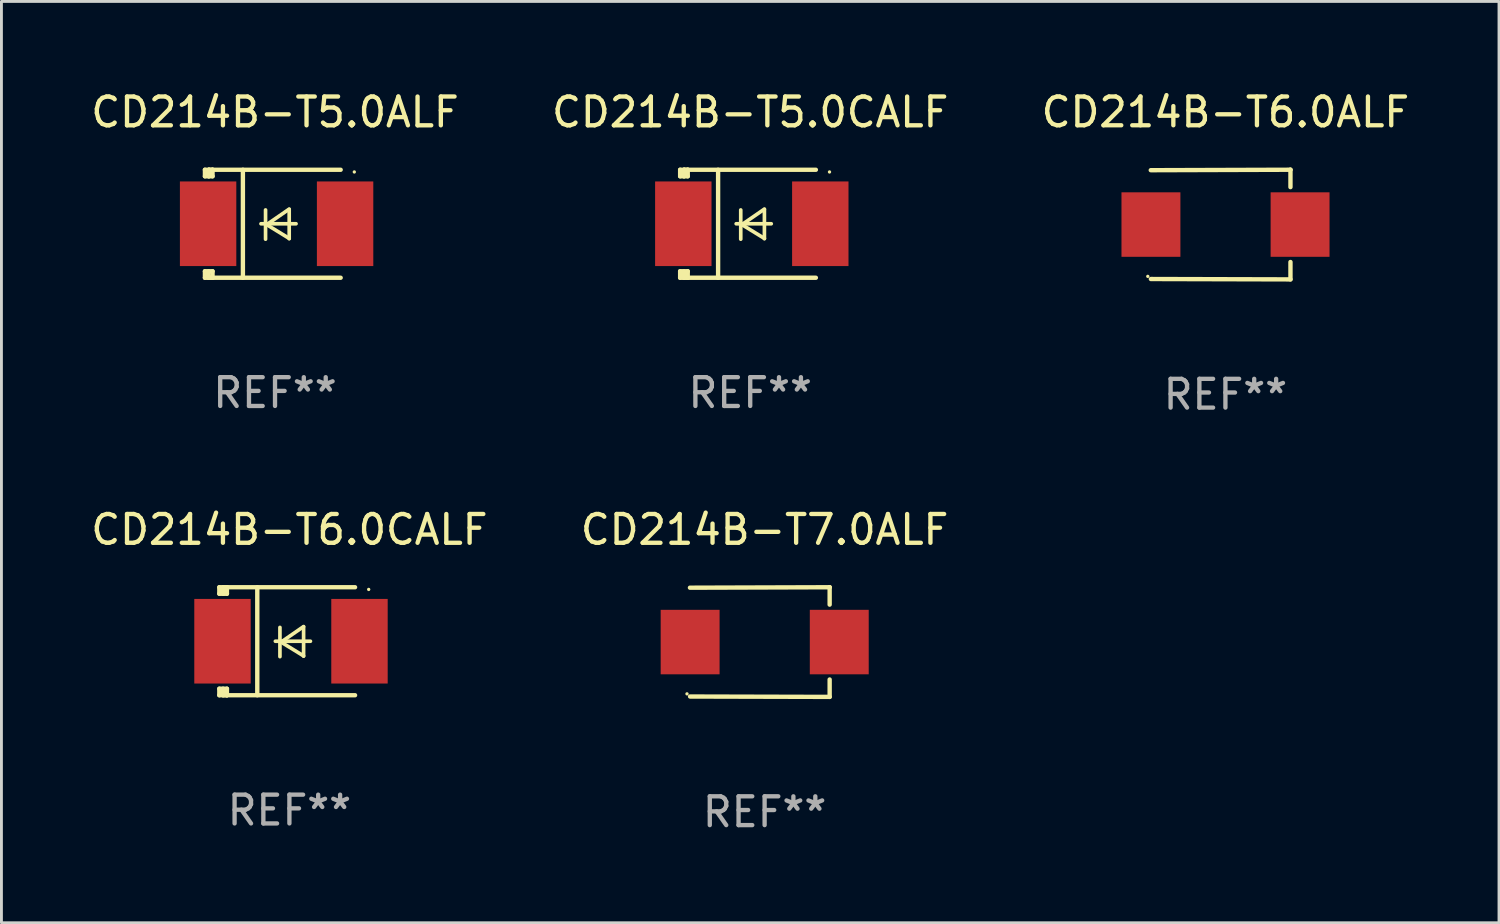
<source format=kicad_pcb>
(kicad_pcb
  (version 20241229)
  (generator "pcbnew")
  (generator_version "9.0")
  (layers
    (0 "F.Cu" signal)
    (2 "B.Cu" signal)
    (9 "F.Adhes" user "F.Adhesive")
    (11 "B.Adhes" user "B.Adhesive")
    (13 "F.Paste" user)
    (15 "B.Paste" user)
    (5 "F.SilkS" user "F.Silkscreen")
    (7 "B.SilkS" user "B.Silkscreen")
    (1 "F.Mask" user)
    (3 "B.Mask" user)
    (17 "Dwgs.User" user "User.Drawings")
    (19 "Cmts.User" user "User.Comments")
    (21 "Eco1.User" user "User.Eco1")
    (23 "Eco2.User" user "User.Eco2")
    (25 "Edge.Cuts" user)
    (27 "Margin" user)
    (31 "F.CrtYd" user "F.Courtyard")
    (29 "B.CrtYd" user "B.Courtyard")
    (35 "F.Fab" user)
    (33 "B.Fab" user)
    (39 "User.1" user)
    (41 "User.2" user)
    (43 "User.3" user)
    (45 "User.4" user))
  (footprint "CD214B-T6.0ALF"
    (layer "F.Cu")
    (at 39.53 4.753)
    (property "Reference" "CD214B-T6.0ALF" (at 0 -3.905 0) (layer "F.SilkS") (effects (font (size 1 1) (thickness 0.15))))
    (attr through_hole)
    (fp_line (start 2.256 -1.905) (end -2.594 -1.889) (stroke (width 0.152) (type solid)) (layer "F.SilkS"))
    (fp_line (start 2.256 -1.905) (end 2.26 -1.905) (stroke (width 0.152) (type solid)) (layer "F.SilkS"))
    (fp_line (start 2.26 -1.905) (end 2.26 -1.301) (stroke (width 0.152) (type solid)) (layer "F.SilkS"))
    (fp_line (start 2.26 1.301) (end 2.26 1.905) (stroke (width 0.152) (type solid)) (layer "F.SilkS"))
    (fp_line (start 2.26 1.905) (end -2.59 1.892) (stroke (width 0.152) (type solid)) (layer "F.SilkS"))
    (fp_circle (center -2.697 1.8) (end -2.667 1.8) (stroke (width 0.06) (type solid)) (fill no) (layer "F.SilkS"))
    (fp_text user "REF**" (at 0 5.905 0) (layer "F.Fab") (effects (font (size 1 1) (thickness 0.15))))
    (pad "1" smd rect (at -2.588 0) (size 2.047 2.241) (layers "F.Cu" "F.Mask" "F.Paste"))
    (pad "2" smd rect (at 2.594 0) (size 2.047 2.241) (layers "F.Cu" "F.Mask" "F.Paste")))
  (footprint "CD214B-T6.0CALF"
    (layer "F.Cu")
    (at 7.006 19.231)
    (property "Reference" "CD214B-T6.0CALF" (at 0 -3.876 0) (layer "F.SilkS") (effects (font (size 1 1) (thickness 0.15))))
    (attr through_hole)
    (fp_line (start -2.435 1.65) (end -2.171 1.65) (stroke (width 0.152) (type solid)) (layer "F.SilkS"))
    (fp_line (start -2.435 1.876) (end -2.435 1.65) (stroke (width 0.152) (type solid)) (layer "F.SilkS"))
    (fp_line (start -2.435 -1.876) (end -2.171 -1.876) (stroke (width 0.152) (type solid)) (layer "F.SilkS"))
    (fp_line (start -2.435 -1.65) (end -2.435 -1.876) (stroke (width 0.152) (type solid)) (layer "F.SilkS"))
    (fp_line (start -2.305 -1.866) (end -2.295 -1.876) (stroke (width 0.152) (type solid)) (layer "F.SilkS"))
    (fp_line (start -2.305 -1.65) (end -2.305 -1.866) (stroke (width 0.152) (type solid)) (layer "F.SilkS"))
    (fp_line (start -2.305 1.876) (end -2.305 1.65) (stroke (width 0.152) (type solid)) (layer "F.SilkS"))
    (fp_line (start -2.295 -1.876) (end -2.295 -1.65) (stroke (width 0.152) (type solid)) (layer "F.SilkS"))
    (fp_line (start -2.171 1.876) (end -2.435 1.876) (stroke (width 0.152) (type solid)) (layer "F.SilkS"))
    (fp_line (start -2.171 -1.65) (end -2.435 -1.65) (stroke (width 0.152) (type solid)) (layer "F.SilkS"))
    (fp_line (start -2.171 -1.876) (end -2.295 -1.876) (stroke (width 0.152) (type solid)) (layer "F.SilkS"))
    (fp_line (start -2.171 -1.65) (end -2.171 -1.876) (stroke (width 0.152) (type solid)) (layer "F.SilkS"))
    (fp_line (start -2.171 1.876) (end -2.305 1.876) (stroke (width 0.152) (type solid)) (layer "F.SilkS"))
    (fp_line (start -2.171 1.876) (end -2.171 1.65) (stroke (width 0.152) (type solid)) (layer "F.SilkS"))
    (fp_line (start -1.116 1.876) (end -1.116 -1.876) (stroke (width 0.152) (type solid)) (layer "F.SilkS"))
    (fp_line (start -0.488 0.000102) (end 0.731 0.000102) (stroke (width 0.127) (type solid)) (layer "F.SilkS"))
    (fp_line (start -0.329 -0.48) (end -0.329 0.536) (stroke (width 0.127) (type solid)) (layer "F.SilkS"))
    (fp_line (start -0.29 0.03) (end 0.493 0.51) (stroke (width 0.127) (type solid)) (layer "F.SilkS"))
    (fp_line (start 0.493 -0.51) (end -0.29 0.03) (stroke (width 0.127) (type solid)) (layer "F.SilkS"))
    (fp_line (start 0.493 0.52) (end 0.493 -0.496) (stroke (width 0.127) (type solid)) (layer "F.SilkS"))
    (fp_line (start 2.281 -1.876) (end -2.171 -1.876) (stroke (width 0.152) (type solid)) (layer "F.SilkS"))
    (fp_line (start 2.281 1.876) (end -2.171 1.876) (stroke (width 0.152) (type solid)) (layer "F.SilkS"))
    (fp_circle (center 2.755 -1.8) (end 2.785 -1.8) (stroke (width 0.06) (type solid)) (fill no) (layer "F.SilkS"))
    (fp_text user "REF**" (at 0 5.876 0) (layer "F.Fab") (effects (font (size 1 1) (thickness 0.15))))
    (pad "1" smd rect (at 2.435 -0.000025 180) (size 1.96 2.94) (layers "F.Cu" "F.Mask" "F.Paste"))
    (pad "2" smd rect (at -2.325 -0.000025 180) (size 1.96 2.94) (layers "F.Cu" "F.Mask" "F.Paste")))
  (footprint "CD214B-T7.0ALF"
    (layer "F.Cu")
    (at 23.518 19.26)
    (property "Reference" "CD214B-T7.0ALF" (at 0 -3.905 0) (layer "F.SilkS") (effects (font (size 1 1) (thickness 0.15))))
    (attr through_hole)
    (fp_line (start 2.256 -1.905) (end -2.594 -1.889) (stroke (width 0.152) (type solid)) (layer "F.SilkS"))
    (fp_line (start 2.256 -1.905) (end 2.26 -1.905) (stroke (width 0.152) (type solid)) (layer "F.SilkS"))
    (fp_line (start 2.26 -1.905) (end 2.26 -1.301) (stroke (width 0.152) (type solid)) (layer "F.SilkS"))
    (fp_line (start 2.26 1.301) (end 2.26 1.905) (stroke (width 0.152) (type solid)) (layer "F.SilkS"))
    (fp_line (start 2.26 1.905) (end -2.59 1.892) (stroke (width 0.152) (type solid)) (layer "F.SilkS"))
    (fp_circle (center -2.697 1.8) (end -2.667 1.8) (stroke (width 0.06) (type solid)) (fill no) (layer "F.SilkS"))
    (fp_text user "REF**" (at 0 5.905 0) (layer "F.Fab") (effects (font (size 1 1) (thickness 0.15))))
    (pad "1" smd rect (at -2.588 0) (size 2.047 2.241) (layers "F.Cu" "F.Mask" "F.Paste"))
    (pad "2" smd rect (at 2.594 0) (size 2.047 2.241) (layers "F.Cu" "F.Mask" "F.Paste")))
  (footprint "CD214B-T5.0ALF"
    (layer "F.Cu")
    (at 6.506 4.725)
    (property "Reference" "CD214B-T5.0ALF" (at 0 -3.876 0) (layer "F.SilkS") (effects (font (size 1 1) (thickness 0.15))))
    (attr through_hole)
    (fp_line (start -2.435 1.65) (end -2.171 1.65) (stroke (width 0.152) (type solid)) (layer "F.SilkS"))
    (fp_line (start -2.435 1.876) (end -2.435 1.65) (stroke (width 0.152) (type solid)) (layer "F.SilkS"))
    (fp_line (start -2.435 -1.876) (end -2.171 -1.876) (stroke (width 0.152) (type solid)) (layer "F.SilkS"))
    (fp_line (start -2.435 -1.65) (end -2.435 -1.876) (stroke (width 0.152) (type solid)) (layer "F.SilkS"))
    (fp_line (start -2.305 -1.866) (end -2.295 -1.876) (stroke (width 0.152) (type solid)) (layer "F.SilkS"))
    (fp_line (start -2.305 -1.65) (end -2.305 -1.866) (stroke (width 0.152) (type solid)) (layer "F.SilkS"))
    (fp_line (start -2.305 1.876) (end -2.305 1.65) (stroke (width 0.152) (type solid)) (layer "F.SilkS"))
    (fp_line (start -2.295 -1.876) (end -2.295 -1.65) (stroke (width 0.152) (type solid)) (layer "F.SilkS"))
    (fp_line (start -2.171 1.876) (end -2.435 1.876) (stroke (width 0.152) (type solid)) (layer "F.SilkS"))
    (fp_line (start -2.171 -1.65) (end -2.435 -1.65) (stroke (width 0.152) (type solid)) (layer "F.SilkS"))
    (fp_line (start -2.171 -1.876) (end -2.295 -1.876) (stroke (width 0.152) (type solid)) (layer "F.SilkS"))
    (fp_line (start -2.171 -1.65) (end -2.171 -1.876) (stroke (width 0.152) (type solid)) (layer "F.SilkS"))
    (fp_line (start -2.171 1.876) (end -2.305 1.876) (stroke (width 0.152) (type solid)) (layer "F.SilkS"))
    (fp_line (start -2.171 1.876) (end -2.171 1.65) (stroke (width 0.152) (type solid)) (layer "F.SilkS"))
    (fp_line (start -1.116 1.876) (end -1.116 -1.876) (stroke (width 0.152) (type solid)) (layer "F.SilkS"))
    (fp_line (start -0.488 0.000102) (end 0.731 0.000102) (stroke (width 0.127) (type solid)) (layer "F.SilkS"))
    (fp_line (start -0.329 -0.48) (end -0.329 0.536) (stroke (width 0.127) (type solid)) (layer "F.SilkS"))
    (fp_line (start -0.29 0.03) (end 0.493 0.51) (stroke (width 0.127) (type solid)) (layer "F.SilkS"))
    (fp_line (start 0.493 -0.51) (end -0.29 0.03) (stroke (width 0.127) (type solid)) (layer "F.SilkS"))
    (fp_line (start 0.493 0.52) (end 0.493 -0.496) (stroke (width 0.127) (type solid)) (layer "F.SilkS"))
    (fp_line (start 2.281 -1.876) (end -2.171 -1.876) (stroke (width 0.152) (type solid)) (layer "F.SilkS"))
    (fp_line (start 2.281 1.876) (end -2.171 1.876) (stroke (width 0.152) (type solid)) (layer "F.SilkS"))
    (fp_circle (center 2.755 -1.8) (end 2.785 -1.8) (stroke (width 0.06) (type solid)) (fill no) (layer "F.SilkS"))
    (fp_text user "REF**" (at 0 5.876 0) (layer "F.Fab") (effects (font (size 1 1) (thickness 0.15))))
    (pad "1" smd rect (at 2.435 -0.000025 180) (size 1.96 2.94) (layers "F.Cu" "F.Mask" "F.Paste"))
    (pad "2" smd rect (at -2.325 -0.000025 180) (size 1.96 2.94) (layers "F.Cu" "F.Mask" "F.Paste")))
  (footprint "CD214B-T5.0CALF"
    (layer "F.Cu")
    (at 23.018 4.725)
    (property "Reference" "CD214B-T5.0CALF" (at 0 -3.876 0) (layer "F.SilkS") (effects (font (size 1 1) (thickness 0.15))))
    (attr through_hole)
    (fp_line (start -2.435 1.65) (end -2.171 1.65) (stroke (width 0.152) (type solid)) (layer "F.SilkS"))
    (fp_line (start -2.435 1.876) (end -2.435 1.65) (stroke (width 0.152) (type solid)) (layer "F.SilkS"))
    (fp_line (start -2.435 -1.876) (end -2.171 -1.876) (stroke (width 0.152) (type solid)) (layer "F.SilkS"))
    (fp_line (start -2.435 -1.65) (end -2.435 -1.876) (stroke (width 0.152) (type solid)) (layer "F.SilkS"))
    (fp_line (start -2.305 -1.866) (end -2.295 -1.876) (stroke (width 0.152) (type solid)) (layer "F.SilkS"))
    (fp_line (start -2.305 -1.65) (end -2.305 -1.866) (stroke (width 0.152) (type solid)) (layer "F.SilkS"))
    (fp_line (start -2.305 1.876) (end -2.305 1.65) (stroke (width 0.152) (type solid)) (layer "F.SilkS"))
    (fp_line (start -2.295 -1.876) (end -2.295 -1.65) (stroke (width 0.152) (type solid)) (layer "F.SilkS"))
    (fp_line (start -2.171 1.876) (end -2.435 1.876) (stroke (width 0.152) (type solid)) (layer "F.SilkS"))
    (fp_line (start -2.171 -1.65) (end -2.435 -1.65) (stroke (width 0.152) (type solid)) (layer "F.SilkS"))
    (fp_line (start -2.171 -1.876) (end -2.295 -1.876) (stroke (width 0.152) (type solid)) (layer "F.SilkS"))
    (fp_line (start -2.171 -1.65) (end -2.171 -1.876) (stroke (width 0.152) (type solid)) (layer "F.SilkS"))
    (fp_line (start -2.171 1.876) (end -2.305 1.876) (stroke (width 0.152) (type solid)) (layer "F.SilkS"))
    (fp_line (start -2.171 1.876) (end -2.171 1.65) (stroke (width 0.152) (type solid)) (layer "F.SilkS"))
    (fp_line (start -1.116 1.876) (end -1.116 -1.876) (stroke (width 0.152) (type solid)) (layer "F.SilkS"))
    (fp_line (start -0.488 0.000102) (end 0.731 0.000102) (stroke (width 0.127) (type solid)) (layer "F.SilkS"))
    (fp_line (start -0.329 -0.48) (end -0.329 0.536) (stroke (width 0.127) (type solid)) (layer "F.SilkS"))
    (fp_line (start -0.29 0.03) (end 0.493 0.51) (stroke (width 0.127) (type solid)) (layer "F.SilkS"))
    (fp_line (start 0.493 -0.51) (end -0.29 0.03) (stroke (width 0.127) (type solid)) (layer "F.SilkS"))
    (fp_line (start 0.493 0.52) (end 0.493 -0.496) (stroke (width 0.127) (type solid)) (layer "F.SilkS"))
    (fp_line (start 2.281 -1.876) (end -2.171 -1.876) (stroke (width 0.152) (type solid)) (layer "F.SilkS"))
    (fp_line (start 2.281 1.876) (end -2.171 1.876) (stroke (width 0.152) (type solid)) (layer "F.SilkS"))
    (fp_circle (center 2.755 -1.8) (end 2.785 -1.8) (stroke (width 0.06) (type solid)) (fill no) (layer "F.SilkS"))
    (fp_text user "REF**" (at 0 5.876 0) (layer "F.Fab") (effects (font (size 1 1) (thickness 0.15))))
    (pad "1" smd rect (at 2.435 -0.000025 180) (size 1.96 2.94) (layers "F.Cu" "F.Mask" "F.Paste"))
    (pad "2" smd rect (at -2.325 -0.000025 180) (size 1.96 2.94) (layers "F.Cu" "F.Mask" "F.Paste")))
  (gr_rect
    (start -3 -3)
    (end 49.036 29.013)
    (stroke (width 0.1) (type default))
    (fill no)
    (layer "Edge.Cuts")))
</source>
